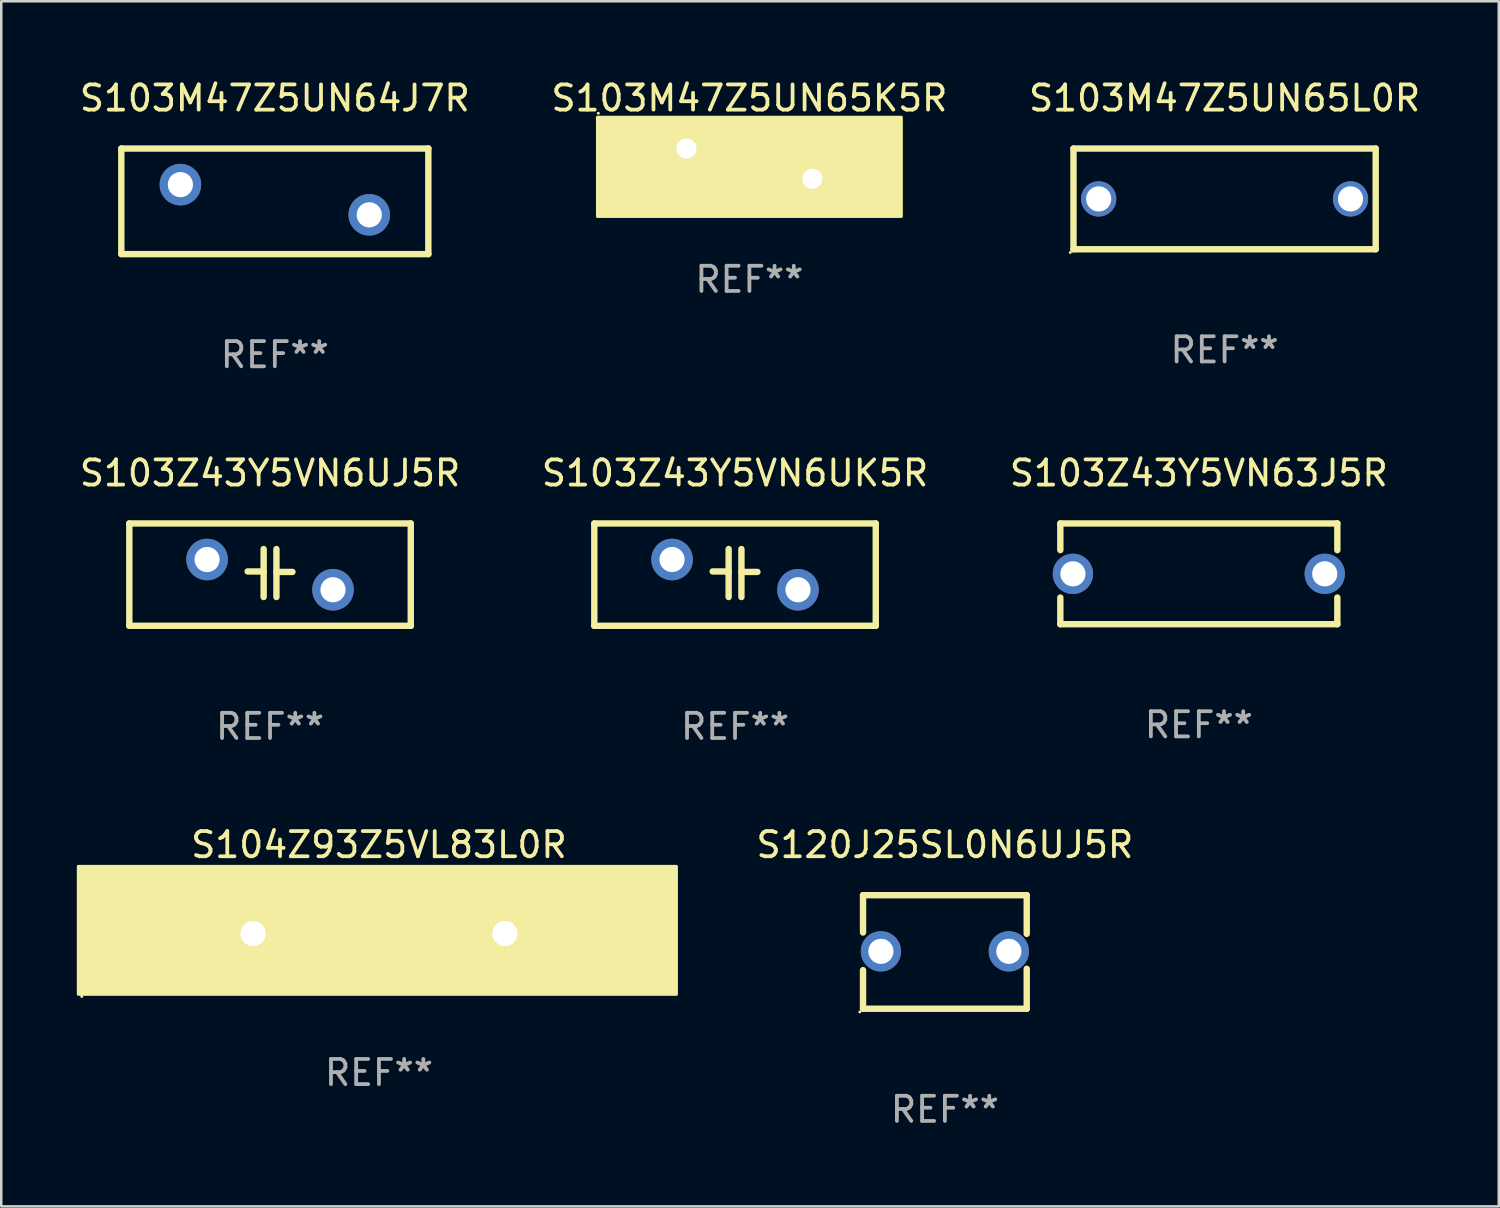
<source format=kicad_pcb>
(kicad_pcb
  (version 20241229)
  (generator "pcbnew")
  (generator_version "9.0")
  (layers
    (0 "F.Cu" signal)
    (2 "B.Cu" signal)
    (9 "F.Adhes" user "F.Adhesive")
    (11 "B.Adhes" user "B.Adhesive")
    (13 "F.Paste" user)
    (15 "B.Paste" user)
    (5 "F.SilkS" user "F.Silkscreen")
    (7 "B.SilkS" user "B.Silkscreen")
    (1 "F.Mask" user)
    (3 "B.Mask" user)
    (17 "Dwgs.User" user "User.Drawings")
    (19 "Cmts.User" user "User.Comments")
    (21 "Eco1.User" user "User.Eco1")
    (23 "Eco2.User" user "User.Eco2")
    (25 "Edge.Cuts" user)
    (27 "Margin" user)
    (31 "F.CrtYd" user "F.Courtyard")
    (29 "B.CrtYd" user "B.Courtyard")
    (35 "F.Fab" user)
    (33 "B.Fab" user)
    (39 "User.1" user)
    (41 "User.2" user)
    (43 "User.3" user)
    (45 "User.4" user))
  (footprint "S103M47Z5UN65K5R"
    (layer "F.Cu")
    (at 26.708 3.448)
    (property "Reference" "S103M47Z5UN65K5R" (at 0 -2.6 0) (layer "F.SilkS") (effects (font (size 1 1) (thickness 0.15))))
    (attr through_hole)
    (fp_circle (center -6 -2) (end -5.97 -2) (stroke (width 0.06) (type solid)) (fill no) (layer "F.SilkS"))
    (fp_poly (pts (xy -6.033 -1.842) (xy 6.032 -1.842) (xy 6.032 2.096) (xy -6.033 2.096)) (stroke (width 0.12) (type solid)) (fill yes) (layer "F.SilkS"))
    (fp_text user "REF**" (at 0 4.6 0) (layer "F.Fab") (effects (font (size 1 1) (thickness 0.15))))
    (pad "1" thru_hole circle (at -2.5 -0.6) (size 1.524 1.524) (drill 0.8) (layers "*.Cu" "*.Mask"))
    (pad "2" thru_hole circle (at 2.5 0.6) (size 1.524 1.524) (drill 0.8) (layers "*.Cu" "*.Mask")))
  (footprint "S104Z93Z5VL83L0R"
    (layer "F.Cu")
    (at 11.998 34.02)
    (property "Reference" "S104Z93Z5VL83L0R" (at 0 -3.524 0) (layer "F.SilkS") (effects (font (size 1 1) (thickness 0.15))))
    (attr through_hole)
    (fp_line (start -1.016 -0.022) (end -2.794 -0.022) (stroke (width 0.254) (type solid)) (layer "F.SilkS"))
    (fp_line (start -1.016 1.524) (end -1.016 -1.397) (stroke (width 0.254) (type solid)) (layer "F.SilkS"))
    (fp_line (start 1.016 -1.524) (end 1.016 1.397) (stroke (width 0.254) (type solid)) (layer "F.SilkS"))
    (fp_line (start 1.016 0.022) (end 2.794 0.022) (stroke (width 0.254) (type solid)) (layer "F.SilkS"))
    (fp_circle (center -11.8 2.5) (end -11.77 2.5) (stroke (width 0.06) (type solid)) (fill no) (layer "F.SilkS"))
    (fp_poly (pts (xy -11.938 -2.667) (xy 11.811 -2.667) (xy 11.811 2.413) (xy -11.938 2.413)) (stroke (width 0.12) (type solid)) (fill yes) (layer "F.SilkS"))
    (fp_text user "REF**" (at 0 5.524 0) (layer "F.Fab") (effects (font (size 1 1) (thickness 0.15))))
    (pad "1" thru_hole circle (at -5 0) (size 1.524 1.524) (drill 1) (layers "*.Cu" "*.Mask"))
    (pad "2" thru_hole circle (at 5 0) (size 1.524 1.524) (drill 1) (layers "*.Cu" "*.Mask")))
  (footprint "S103Z43Y5VN63J5R"
    (layer "F.Cu")
    (at 44.554 19.736)
    (property "Reference" "S103Z43Y5VN63J5R" (at 0 -4 0) (layer "F.SilkS") (effects (font (size 1 1) (thickness 0.15))))
    (attr through_hole)
    (fp_line (start -5.5 -2) (end 5.5 -2) (stroke (width 0.254) (type solid)) (layer "F.SilkS"))
    (fp_line (start -5.5 -0.942) (end -5.5 -2) (stroke (width 0.254) (type solid)) (layer "F.SilkS"))
    (fp_line (start -5.5 2) (end -5.5 0.942) (stroke (width 0.254) (type solid)) (layer "F.SilkS"))
    (fp_line (start 5.5 -2) (end 5.5 -0.941) (stroke (width 0.254) (type solid)) (layer "F.SilkS"))
    (fp_line (start 5.5 0.941) (end 5.5 2) (stroke (width 0.254) (type solid)) (layer "F.SilkS"))
    (fp_line (start 5.5 2) (end -5.5 2) (stroke (width 0.254) (type solid)) (layer "F.SilkS"))
    (fp_circle (center -5.5 2) (end -5.47 2) (stroke (width 0.06) (type solid)) (fill no) (layer "F.SilkS"))
    (fp_text user "REF**" (at 0 6 0) (layer "F.Fab") (effects (font (size 1 1) (thickness 0.15))))
    (pad "1" thru_hole circle (at -5 0) (size 1.6 1.6) (drill 1) (layers "*.Cu" "*.Mask"))
    (pad "2" thru_hole circle (at 5 0) (size 1.6 1.6) (drill 1) (layers "*.Cu" "*.Mask")))
  (footprint "S120J25SL0N6UJ5R"
    (layer "F.Cu")
    (at 34.47 34.751)
    (property "Reference" "S120J25SL0N6UJ5R" (at 0 -4.255 0) (layer "F.SilkS") (effects (font (size 1 1) (thickness 0.15))))
    (attr through_hole)
    (fp_line (start -3.25 -2.255) (end -3.25 -0.772) (stroke (width 0.254) (type solid)) (layer "F.SilkS"))
    (fp_line (start -3.25 -2.255) (end 3.25 -2.255) (stroke (width 0.254) (type solid)) (layer "F.SilkS"))
    (fp_line (start -3.25 0.722) (end -3.25 2.255) (stroke (width 0.254) (type solid)) (layer "F.SilkS"))
    (fp_line (start 3.25 -2.255) (end 3.25 -0.718) (stroke (width 0.254) (type solid)) (layer "F.SilkS"))
    (fp_line (start 3.25 0.668) (end 3.25 2.255) (stroke (width 0.254) (type solid)) (layer "F.SilkS"))
    (fp_line (start 3.25 2.255) (end -3.25 2.255) (stroke (width 0.254) (type solid)) (layer "F.SilkS"))
    (fp_circle (center -3.377 2.382) (end -3.347 2.382) (stroke (width 0.06) (type solid)) (fill no) (layer "F.SilkS"))
    (fp_text user "REF**" (at 0 6.255 0) (layer "F.Fab") (effects (font (size 1 1) (thickness 0.15))))
    (pad "1" thru_hole circle (at -2.54 -0.025) (size 1.6 1.6) (drill 1) (layers "*.Cu" "*.Mask"))
    (pad "2" thru_hole circle (at 2.54 -0.025) (size 1.6 1.6) (drill 1) (layers "*.Cu" "*.Mask")))
  (footprint "S103M47Z5UN65L0R"
    (layer "F.Cu")
    (at 45.577 4.848)
    (property "Reference" "S103M47Z5UN65L0R" (at 0 -4 0) (layer "F.SilkS") (effects (font (size 1 1) (thickness 0.15))))
    (attr through_hole)
    (fp_line (start -6 -2) (end -6 2) (stroke (width 0.254) (type solid)) (layer "F.SilkS"))
    (fp_line (start -6 -2) (end 6 -2) (stroke (width 0.254) (type solid)) (layer "F.SilkS"))
    (fp_line (start 6 -2) (end 6 2) (stroke (width 0.254) (type solid)) (layer "F.SilkS"))
    (fp_line (start 6 2) (end -6 2) (stroke (width 0.254) (type solid)) (layer "F.SilkS"))
    (fp_circle (center -6.127 2.127) (end -6.097 2.127) (stroke (width 0.06) (type solid)) (fill no) (layer "F.SilkS"))
    (fp_text user "REF**" (at 0 6 0) (layer "F.Fab") (effects (font (size 1 1) (thickness 0.15))))
    (pad "1" thru_hole circle (at -5 0) (size 1.4 1.4) (drill 1) (layers "*.Cu" "*.Mask"))
    (pad "2" thru_hole circle (at 5 0) (size 1.4 1.4) (drill 1) (layers "*.Cu" "*.Mask")))
  (footprint "S103Z43Y5VN6UJ5R"
    (layer "F.Cu")
    (at 7.673 19.768)
    (property "Reference" "S103Z43Y5VN6UJ5R" (at 0 -4.032 0) (layer "F.SilkS") (effects (font (size 1 1) (thickness 0.15))))
    (attr through_hole)
    (fp_line (start -5.588 -2.032) (end -5.588 2.032) (stroke (width 0.254) (type solid)) (layer "F.SilkS"))
    (fp_line (start -5.588 2.032) (end 5.588 2.032) (stroke (width 0.254) (type solid)) (layer "F.SilkS"))
    (fp_line (start -0.889 -0.127) (end -0.254 -0.127) (stroke (width 0.254) (type solid)) (layer "F.SilkS"))
    (fp_line (start -0.254 -1.016) (end -0.254 0.889) (stroke (width 0.254) (type solid)) (layer "F.SilkS"))
    (fp_line (start 0.254 -1.016) (end 0.254 0.889) (stroke (width 0.254) (type solid)) (layer "F.SilkS"))
    (fp_line (start 0.254 -0.108) (end 0.889 -0.108) (stroke (width 0.254) (type solid)) (layer "F.SilkS"))
    (fp_line (start 5.588 -2.032) (end -5.588 -2.032) (stroke (width 0.254) (type solid)) (layer "F.SilkS"))
    (fp_line (start 5.588 2.032) (end 5.588 -2.032) (stroke (width 0.254) (type solid)) (layer "F.SilkS"))
    (fp_circle (center -5.5 2) (end -5.47 2) (stroke (width 0.06) (type solid)) (fill no) (layer "F.SilkS"))
    (fp_text user "REF**" (at 0 6.032 0) (layer "F.Fab") (effects (font (size 1 1) (thickness 0.15))))
    (pad "1" thru_hole circle (at -2.5 -0.6) (size 1.65 1.65) (drill 1) (layers "*.Cu" "*.Mask"))
    (pad "2" thru_hole circle (at 2.5 0.6) (size 1.65 1.65) (drill 1) (layers "*.Cu" "*.Mask")))
  (footprint "S103Z43Y5VN6UK5R"
    (layer "F.Cu")
    (at 26.137 19.768)
    (property "Reference" "S103Z43Y5VN6UK5R" (at 0 -4.032 0) (layer "F.SilkS") (effects (font (size 1 1) (thickness 0.15))))
    (attr through_hole)
    (fp_line (start -5.588 -2.032) (end -5.588 2.032) (stroke (width 0.254) (type solid)) (layer "F.SilkS"))
    (fp_line (start -5.588 2.032) (end 5.588 2.032) (stroke (width 0.254) (type solid)) (layer "F.SilkS"))
    (fp_line (start -0.889 -0.127) (end -0.254 -0.127) (stroke (width 0.254) (type solid)) (layer "F.SilkS"))
    (fp_line (start -0.254 -1.016) (end -0.254 0.889) (stroke (width 0.254) (type solid)) (layer "F.SilkS"))
    (fp_line (start 0.254 -1.016) (end 0.254 0.889) (stroke (width 0.254) (type solid)) (layer "F.SilkS"))
    (fp_line (start 0.254 -0.108) (end 0.889 -0.108) (stroke (width 0.254) (type solid)) (layer "F.SilkS"))
    (fp_line (start 5.588 -2.032) (end -5.588 -2.032) (stroke (width 0.254) (type solid)) (layer "F.SilkS"))
    (fp_line (start 5.588 2.032) (end 5.588 -2.032) (stroke (width 0.254) (type solid)) (layer "F.SilkS"))
    (fp_circle (center -5.5 2) (end -5.47 2) (stroke (width 0.06) (type solid)) (fill no) (layer "F.SilkS"))
    (fp_text user "REF**" (at 0 6.032 0) (layer "F.Fab") (effects (font (size 1 1) (thickness 0.15))))
    (pad "1" thru_hole circle (at -2.5 -0.6) (size 1.65 1.65) (drill 1) (layers "*.Cu" "*.Mask"))
    (pad "2" thru_hole circle (at 2.5 0.6) (size 1.65 1.65) (drill 1) (layers "*.Cu" "*.Mask")))
  (footprint "S103M47Z5UN64J7R"
    (layer "F.Cu")
    (at 7.863 4.944)
    (property "Reference" "S103M47Z5UN64J7R" (at 0 -4.096 0) (layer "F.SilkS") (effects (font (size 1 1) (thickness 0.15))))
    (attr through_hole)
    (fp_line (start -6.096 -2.096) (end 6.096 -2.096) (stroke (width 0.254) (type solid)) (layer "F.SilkS"))
    (fp_line (start -6.096 2.096) (end -6.096 -2.096) (stroke (width 0.254) (type solid)) (layer "F.SilkS"))
    (fp_line (start 6.096 -2.096) (end 6.096 2.096) (stroke (width 0.254) (type solid)) (layer "F.SilkS"))
    (fp_line (start 6.096 2.096) (end -6.096 2.096) (stroke (width 0.254) (type solid)) (layer "F.SilkS"))
    (fp_circle (center -6 -2.063) (end -5.97 -2.063) (stroke (width 0.06) (type solid)) (fill no) (layer "F.SilkS"))
    (fp_text user "REF**" (at 0 6.096 0) (layer "F.Fab") (effects (font (size 1 1) (thickness 0.15))))
    (pad "1" thru_hole circle (at -3.75 -0.663) (size 1.65 1.65) (drill 1) (layers "*.Cu" "*.Mask"))
    (pad "2" thru_hole circle (at 3.75 0.536) (size 1.65 1.65) (drill 1) (layers "*.Cu" "*.Mask")))
  (gr_rect
    (start -3 -3)
    (end 56.464 44.855)
    (stroke (width 0.1) (type default))
    (fill no)
    (layer "Edge.Cuts")))
</source>
